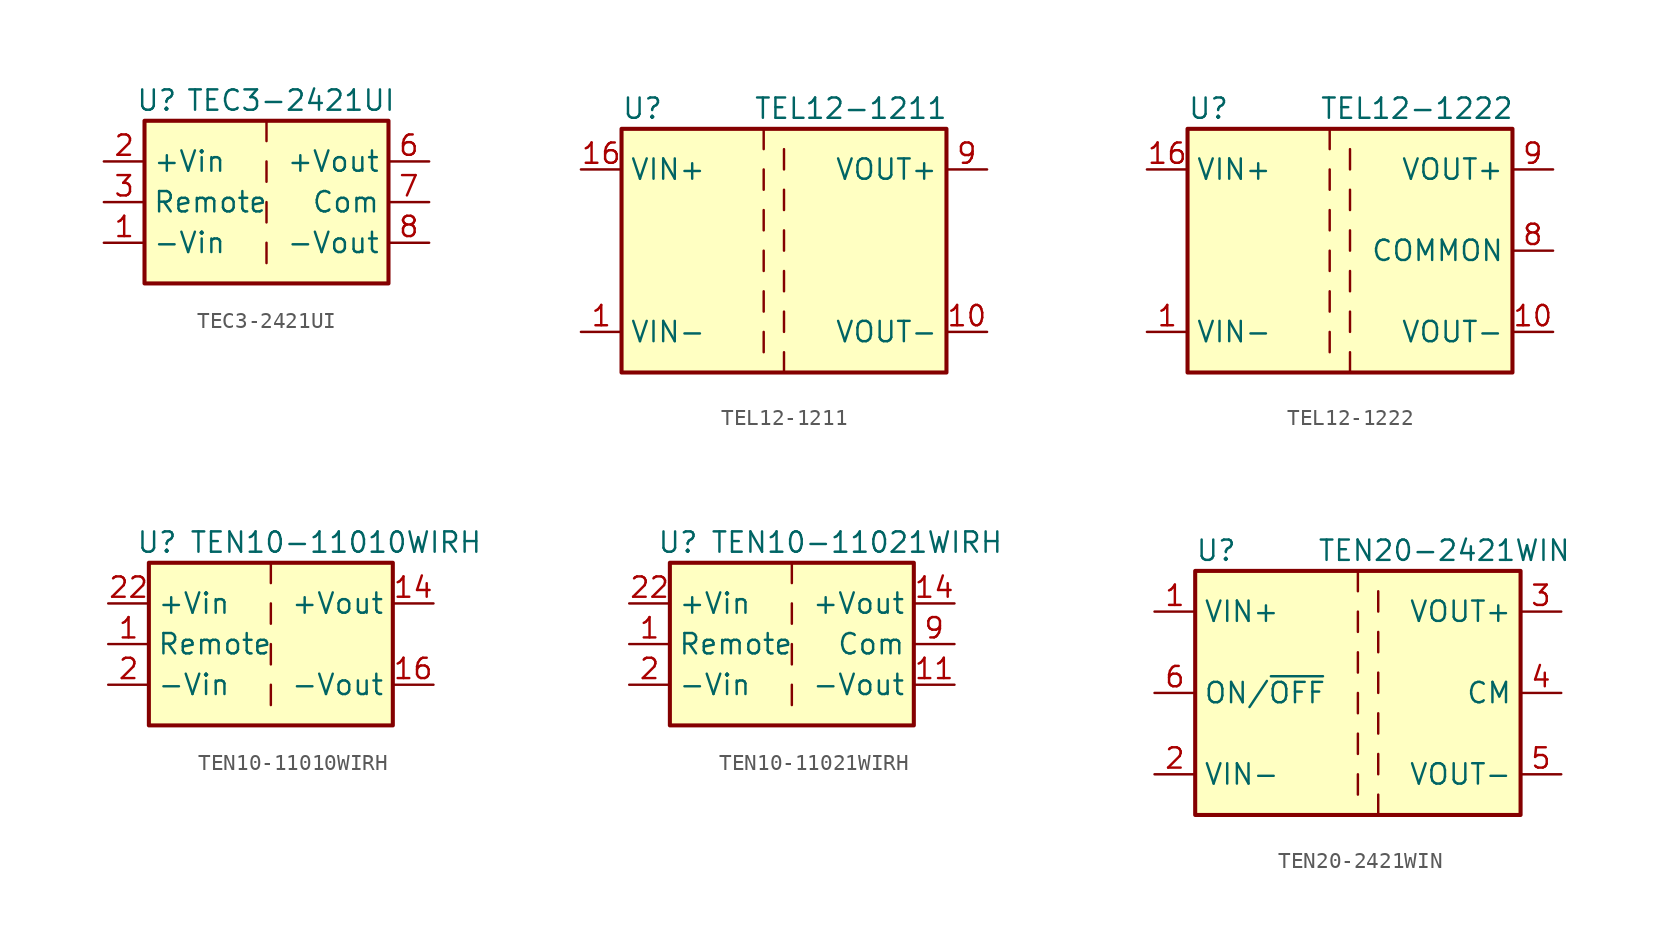
<source format=kicad_sym>
(kicad_symbol_lib
  (version 20241209)
  (generator "kicad_symbol_editor")
  (generator_version "9.0")
  (symbol "TEC3-2421UI"
    (property "Reference" "U"
      (at -6.858 6.35 0)
      (effects (font (size 1.27 1.27))))
    (property "Value" "TEC3-2421UI"
      (at 1.524 6.35 0)
      (effects (font (size 1.27 1.27))))
    (symbol "TEC3-2421UI_0_0"
      (pin power_in line (at -10.16 2.54 0) (length 2.54) (name "+Vin" (effects (font (size 1.27 1.27)))) (number "2" (effects (font (size 1.27 1.27)))))
      (pin power_in line (at -10.16 -2.54 0) (length 2.54) (name "-Vin" (effects (font (size 1.27 1.27)))) (number "1" (effects (font (size 1.27 1.27)))))
      (pin no_connect line (at 0 -5.08 90) (length 2.54) (hide yes) (name "NC" (effects (font (size 1.27 1.27)))) (number "5" (effects (font (size 1.27 1.27)))))
      (pin power_out line (at 10.16 2.54 180) (length 2.54) (name "+Vout" (effects (font (size 1.27 1.27)))) (number "6" (effects (font (size 1.27 1.27))))))
    (symbol "TEC3-2421UI_0_1"
      (rectangle (start -7.62 5.08) (end 7.62 -5.08) (stroke (width 0.254) (type default)) (fill (type background)))
      (polyline (pts (xy 0 5.08) (xy 0 3.81)) (stroke (width 0) (type default)) (fill (type none)))
      (polyline (pts (xy 0 2.54) (xy 0 1.27)) (stroke (width 0) (type default)) (fill (type none)))
      (polyline (pts (xy 0 0) (xy 0 -1.27)) (stroke (width 0) (type default)) (fill (type none)))
      (polyline (pts (xy 0 -2.54) (xy 0 -3.81)) (stroke (width 0) (type default)) (fill (type none))))
    (symbol "TEC3-2421UI_1_0"
      (pin input line (at -10.16 0 0) (length 2.54) (name "Remote" (effects (font (size 1.27 1.27)))) (number "3" (effects (font (size 1.27 1.27)))))
      (pin power_out line (at 10.16 0 180) (length 2.54) (name "Com" (effects (font (size 1.27 1.27)))) (number "7" (effects (font (size 1.27 1.27)))))
      (pin power_out line (at 10.16 -2.54 180) (length 2.54) (name "-Vout" (effects (font (size 1.27 1.27)))) (number "8" (effects (font (size 1.27 1.27)))))))
  (symbol "TEL12-1211"
    (property "Reference" "U"
      (at -10.16 8.89 0)
      (effects (font (size 1.27 1.27)) (justify left)))
    (property "Value" "TEL12-1211"
      (at -1.905 8.89 0)
      (effects (font (size 1.27 1.27)) (justify left)))
    (symbol "TEL12-1211_0_1"
      (rectangle (start -10.16 7.62) (end 10.16 -7.62) (stroke (width 0.254) (type default)) (fill (type background)))
      (polyline (pts (xy -1.27 7.62) (xy -1.27 6.35)) (stroke (width 0) (type default)) (fill (type none)))
      (polyline (pts (xy -1.27 5.08) (xy -1.27 3.81)) (stroke (width 0) (type default)) (fill (type none)))
      (polyline (pts (xy -1.27 2.54) (xy -1.27 1.27)) (stroke (width 0) (type default)) (fill (type none)))
      (polyline (pts (xy -1.27 0) (xy -1.27 -1.27)) (stroke (width 0) (type default)) (fill (type none)))
      (polyline (pts (xy -1.27 -2.54) (xy -1.27 -3.81)) (stroke (width 0) (type default)) (fill (type none)))
      (polyline (pts (xy -1.27 -5.08) (xy -1.27 -6.35)) (stroke (width 0) (type default)) (fill (type none)))
      (polyline (pts (xy 0 5.08) (xy 0 6.35)) (stroke (width 0) (type default)) (fill (type none)))
      (polyline (pts (xy 0 2.54) (xy 0 3.81)) (stroke (width 0) (type default)) (fill (type none)))
      (polyline (pts (xy 0 0) (xy 0 1.27)) (stroke (width 0) (type default)) (fill (type none)))
      (polyline (pts (xy 0 -1.27) (xy 0 -2.54)) (stroke (width 0) (type default)) (fill (type none)))
      (polyline (pts (xy 0 -5.08) (xy 0 -3.81)) (stroke (width 0) (type default)) (fill (type none)))
      (polyline (pts (xy 0 -7.62) (xy 0 -6.35)) (stroke (width 0) (type default)) (fill (type none))))
    (symbol "TEL12-1211_1_1"
      (pin power_in line (at -12.7 5.08 0) (length 2.54) (name "VIN+" (effects (font (size 1.27 1.27)))) (number "16" (effects (font (size 1.27 1.27)))))
      (pin power_in line (at -12.7 -5.08 0) (length 2.54) (name "VIN-" (effects (font (size 1.27 1.27)))) (number "1" (effects (font (size 1.27 1.27)))))
      (pin no_connect line (at 10.16 0 180) (length 2.54) (hide yes) (name "NC" (effects (font (size 1.27 1.27)))) (number "8" (effects (font (size 1.27 1.27)))))
      (pin power_out line (at 12.7 5.08 180) (length 2.54) (name "VOUT+" (effects (font (size 1.27 1.27)))) (number "9" (effects (font (size 1.27 1.27)))))
      (pin power_out line (at 12.7 -5.08 180) (length 2.54) (name "VOUT-" (effects (font (size 1.27 1.27)))) (number "10" (effects (font (size 1.27 1.27)))))))
  (symbol "TEL12-1222"
    (property "Reference" "U"
      (at -10.16 8.89 0)
      (effects (font (size 1.27 1.27)) (justify left)))
    (property "Value" "TEL12-1222"
      (at -1.905 8.89 0)
      (effects (font (size 1.27 1.27)) (justify left)))
    (symbol "TEL12-1222_0_1"
      (rectangle (start -10.16 7.62) (end 10.16 -7.62) (stroke (width 0.254) (type default)) (fill (type background)))
      (polyline (pts (xy -1.27 7.62) (xy -1.27 6.35)) (stroke (width 0) (type default)) (fill (type none)))
      (polyline (pts (xy -1.27 5.08) (xy -1.27 3.81)) (stroke (width 0) (type default)) (fill (type none)))
      (polyline (pts (xy -1.27 2.54) (xy -1.27 1.27)) (stroke (width 0) (type default)) (fill (type none)))
      (polyline (pts (xy -1.27 0) (xy -1.27 -1.27)) (stroke (width 0) (type default)) (fill (type none)))
      (polyline (pts (xy -1.27 -2.54) (xy -1.27 -3.81)) (stroke (width 0) (type default)) (fill (type none)))
      (polyline (pts (xy -1.27 -5.08) (xy -1.27 -6.35)) (stroke (width 0) (type default)) (fill (type none)))
      (polyline (pts (xy 0 5.08) (xy 0 6.35)) (stroke (width 0) (type default)) (fill (type none)))
      (polyline (pts (xy 0 2.54) (xy 0 3.81)) (stroke (width 0) (type default)) (fill (type none)))
      (polyline (pts (xy 0 0) (xy 0 1.27)) (stroke (width 0) (type default)) (fill (type none)))
      (polyline (pts (xy 0 -1.27) (xy 0 -2.54)) (stroke (width 0) (type default)) (fill (type none)))
      (polyline (pts (xy 0 -5.08) (xy 0 -3.81)) (stroke (width 0) (type default)) (fill (type none)))
      (polyline (pts (xy 0 -7.62) (xy 0 -6.35)) (stroke (width 0) (type default)) (fill (type none))))
    (symbol "TEL12-1222_1_1"
      (pin power_in line (at -12.7 5.08 0) (length 2.54) (name "VIN+" (effects (font (size 1.27 1.27)))) (number "16" (effects (font (size 1.27 1.27)))))
      (pin power_in line (at -12.7 -5.08 0) (length 2.54) (name "VIN-" (effects (font (size 1.27 1.27)))) (number "1" (effects (font (size 1.27 1.27)))))
      (pin power_out line (at 12.7 5.08 180) (length 2.54) (name "VOUT+" (effects (font (size 1.27 1.27)))) (number "9" (effects (font (size 1.27 1.27)))))
      (pin passive line (at 12.7 0 180) (length 2.54) (name "COMMON" (effects (font (size 1.27 1.27)))) (number "8" (effects (font (size 1.27 1.27)))))
      (pin power_out line (at 12.7 -5.08 180) (length 2.54) (name "VOUT-" (effects (font (size 1.27 1.27)))) (number "10" (effects (font (size 1.27 1.27)))))))
  (symbol "TEN10-11010WIRH"
    (property "Reference" "U"
      (at -7.112 6.35 0)
      (effects (font (size 1.27 1.27))))
    (property "Value" "TEN10-11010WIRH"
      (at 4.064 6.35 0)
      (effects (font (size 1.27 1.27))))
    (symbol "TEN10-11010WIRH_0_1"
      (rectangle (start -7.62 5.08) (end 7.62 -5.08) (stroke (width 0.254) (type default)) (fill (type background)))
      (polyline (pts (xy 0 5.08) (xy 0 3.81)) (stroke (width 0) (type default)) (fill (type none)))
      (polyline (pts (xy 0 2.54) (xy 0 1.27)) (stroke (width 0) (type default)) (fill (type none)))
      (polyline (pts (xy 0 0) (xy 0 -1.27)) (stroke (width 0) (type default)) (fill (type none)))
      (polyline (pts (xy 0 -2.54) (xy 0 -3.81)) (stroke (width 0) (type default)) (fill (type none))))
    (symbol "TEN10-11010WIRH_1_0"
      (pin power_in line (at -10.16 2.54 0) (length 2.54) (name "+Vin" (effects (font (size 1.27 1.27)))) (number "22" (effects (font (size 1.27 1.27)))))
      (pin passive line (at -10.16 2.54 0) (length 2.54) (hide yes) (name "+Vin" (effects (font (size 1.27 1.27)))) (number "23" (effects (font (size 1.27 1.27)))))
      (pin input line (at -10.16 0 0) (length 2.54) (name "Remote" (effects (font (size 1.27 1.27)))) (number "1" (effects (font (size 1.27 1.27)))))
      (pin power_in line (at -10.16 -2.54 0) (length 2.54) (name "-Vin" (effects (font (size 1.27 1.27)))) (number "2" (effects (font (size 1.27 1.27)))))
      (pin passive line (at -10.16 -2.54 0) (length 2.54) (hide yes) (name "-Vin" (effects (font (size 1.27 1.27)))) (number "3" (effects (font (size 1.27 1.27)))))
      (pin no_connect line (at -2.54 -5.08 90) (length 2.54) (hide yes) (name "NC" (effects (font (size 1.27 1.27)))) (number "11" (effects (font (size 1.27 1.27)))))
      (pin no_connect line (at 0 -5.08 90) (length 2.54) (hide yes) (name "NC" (effects (font (size 1.27 1.27)))) (number "9" (effects (font (size 1.27 1.27)))))
      (pin power_out line (at 10.16 2.54 180) (length 2.54) (name "+Vout" (effects (font (size 1.27 1.27)))) (number "14" (effects (font (size 1.27 1.27)))))
      (pin power_out line (at 10.16 -2.54 180) (length 2.54) (name "-Vout" (effects (font (size 1.27 1.27)))) (number "16" (effects (font (size 1.27 1.27)))))))
  (symbol "TEN10-11021WIRH"
    (property "Reference" "U"
      (at -7.112 6.35 0)
      (effects (font (size 1.27 1.27))))
    (property "Value" "TEN10-11021WIRH"
      (at 4.064 6.35 0)
      (effects (font (size 1.27 1.27))))
    (symbol "TEN10-11021WIRH_0_1"
      (rectangle (start -7.62 5.08) (end 7.62 -5.08) (stroke (width 0.254) (type default)) (fill (type background)))
      (polyline (pts (xy 0 5.08) (xy 0 3.81)) (stroke (width 0) (type default)) (fill (type none)))
      (polyline (pts (xy 0 2.54) (xy 0 1.27)) (stroke (width 0) (type default)) (fill (type none)))
      (polyline (pts (xy 0 0) (xy 0 -1.27)) (stroke (width 0) (type default)) (fill (type none)))
      (polyline (pts (xy 0 -2.54) (xy 0 -3.81)) (stroke (width 0) (type default)) (fill (type none))))
    (symbol "TEN10-11021WIRH_1_0"
      (pin power_in line (at -10.16 2.54 0) (length 2.54) (name "+Vin" (effects (font (size 1.27 1.27)))) (number "22" (effects (font (size 1.27 1.27)))))
      (pin passive line (at -10.16 2.54 0) (length 2.54) (hide yes) (name "+Vin" (effects (font (size 1.27 1.27)))) (number "23" (effects (font (size 1.27 1.27)))))
      (pin input line (at -10.16 0 0) (length 2.54) (name "Remote" (effects (font (size 1.27 1.27)))) (number "1" (effects (font (size 1.27 1.27)))))
      (pin power_in line (at -10.16 -2.54 0) (length 2.54) (name "-Vin" (effects (font (size 1.27 1.27)))) (number "2" (effects (font (size 1.27 1.27)))))
      (pin passive line (at -10.16 -2.54 0) (length 2.54) (hide yes) (name "-Vin" (effects (font (size 1.27 1.27)))) (number "3" (effects (font (size 1.27 1.27)))))
      (pin power_out line (at 10.16 2.54 180) (length 2.54) (name "+Vout" (effects (font (size 1.27 1.27)))) (number "14" (effects (font (size 1.27 1.27)))))
      (pin passive line (at 10.16 0 180) (length 2.54) (hide yes) (name "Com" (effects (font (size 1.27 1.27)))) (number "16" (effects (font (size 1.27 1.27)))))
      (pin power_out line (at 10.16 0 180) (length 2.54) (name "Com" (effects (font (size 1.27 1.27)))) (number "9" (effects (font (size 1.27 1.27)))))
      (pin power_out line (at 10.16 -2.54 180) (length 2.54) (name "-Vout" (effects (font (size 1.27 1.27)))) (number "11" (effects (font (size 1.27 1.27)))))))
  (symbol "TEN20-2421WIN"
    (property "Reference" "U"
      (at -10.16 8.89 0)
      (effects (font (size 1.27 1.27)) (justify left)))
    (property "Value" "TEN20-2421WIN"
      (at -2.54 8.89 0)
      (effects (font (size 1.27 1.27)) (justify left)))
    (symbol "TEN20-2421WIN_0_1"
      (rectangle (start -10.16 7.62) (end 10.16 -7.62) (stroke (width 0.254) (type default)) (fill (type background)))
      (polyline (pts (xy 0 7.62) (xy 0 6.35)) (stroke (width 0) (type default)) (fill (type none)))
      (polyline (pts (xy 0 5.08) (xy 0 3.81)) (stroke (width 0) (type default)) (fill (type none)))
      (polyline (pts (xy 0 2.54) (xy 0 1.27)) (stroke (width 0) (type default)) (fill (type none)))
      (polyline (pts (xy 0 0) (xy 0 -1.27)) (stroke (width 0) (type default)) (fill (type none)))
      (polyline (pts (xy 0 -2.54) (xy 0 -3.81)) (stroke (width 0) (type default)) (fill (type none)))
      (polyline (pts (xy 0 -5.08) (xy 0 -6.35)) (stroke (width 0) (type default)) (fill (type none)))
      (polyline (pts (xy 1.27 5.08) (xy 1.27 6.35)) (stroke (width 0) (type default)) (fill (type none)))
      (polyline (pts (xy 1.27 2.54) (xy 1.27 3.81)) (stroke (width 0) (type default)) (fill (type none)))
      (polyline (pts (xy 1.27 0) (xy 1.27 1.27)) (stroke (width 0) (type default)) (fill (type none)))
      (polyline (pts (xy 1.27 -2.54) (xy 1.27 -1.27)) (stroke (width 0) (type default)) (fill (type none)))
      (polyline (pts (xy 1.27 -5.08) (xy 1.27 -3.81)) (stroke (width 0) (type default)) (fill (type none)))
      (polyline (pts (xy 1.27 -7.62) (xy 1.27 -6.35)) (stroke (width 0) (type default)) (fill (type none))))
    (symbol "TEN20-2421WIN_1_1"
      (pin power_in line (at -12.7 5.08 0) (length 2.54) (name "VIN+" (effects (font (size 1.27 1.27)))) (number "1" (effects (font (size 1.27 1.27)))))
      (pin input line (at -12.7 0 0) (length 2.54) (name "ON/~{OFF}" (effects (font (size 1.27 1.27)))) (number "6" (effects (font (size 1.27 1.27)))))
      (pin power_in line (at -12.7 -5.08 0) (length 2.54) (name "VIN-" (effects (font (size 1.27 1.27)))) (number "2" (effects (font (size 1.27 1.27)))))
      (pin power_out line (at 12.7 5.08 180) (length 2.54) (name "VOUT+" (effects (font (size 1.27 1.27)))) (number "3" (effects (font (size 1.27 1.27)))))
      (pin power_out line (at 12.7 0 180) (length 2.54) (name "CM" (effects (font (size 1.27 1.27)))) (number "4" (effects (font (size 1.27 1.27)))))
      (pin power_out line (at 12.7 -5.08 180) (length 2.54) (name "VOUT-" (effects (font (size 1.27 1.27)))) (number "5" (effects (font (size 1.27 1.27))))))))
</source>
